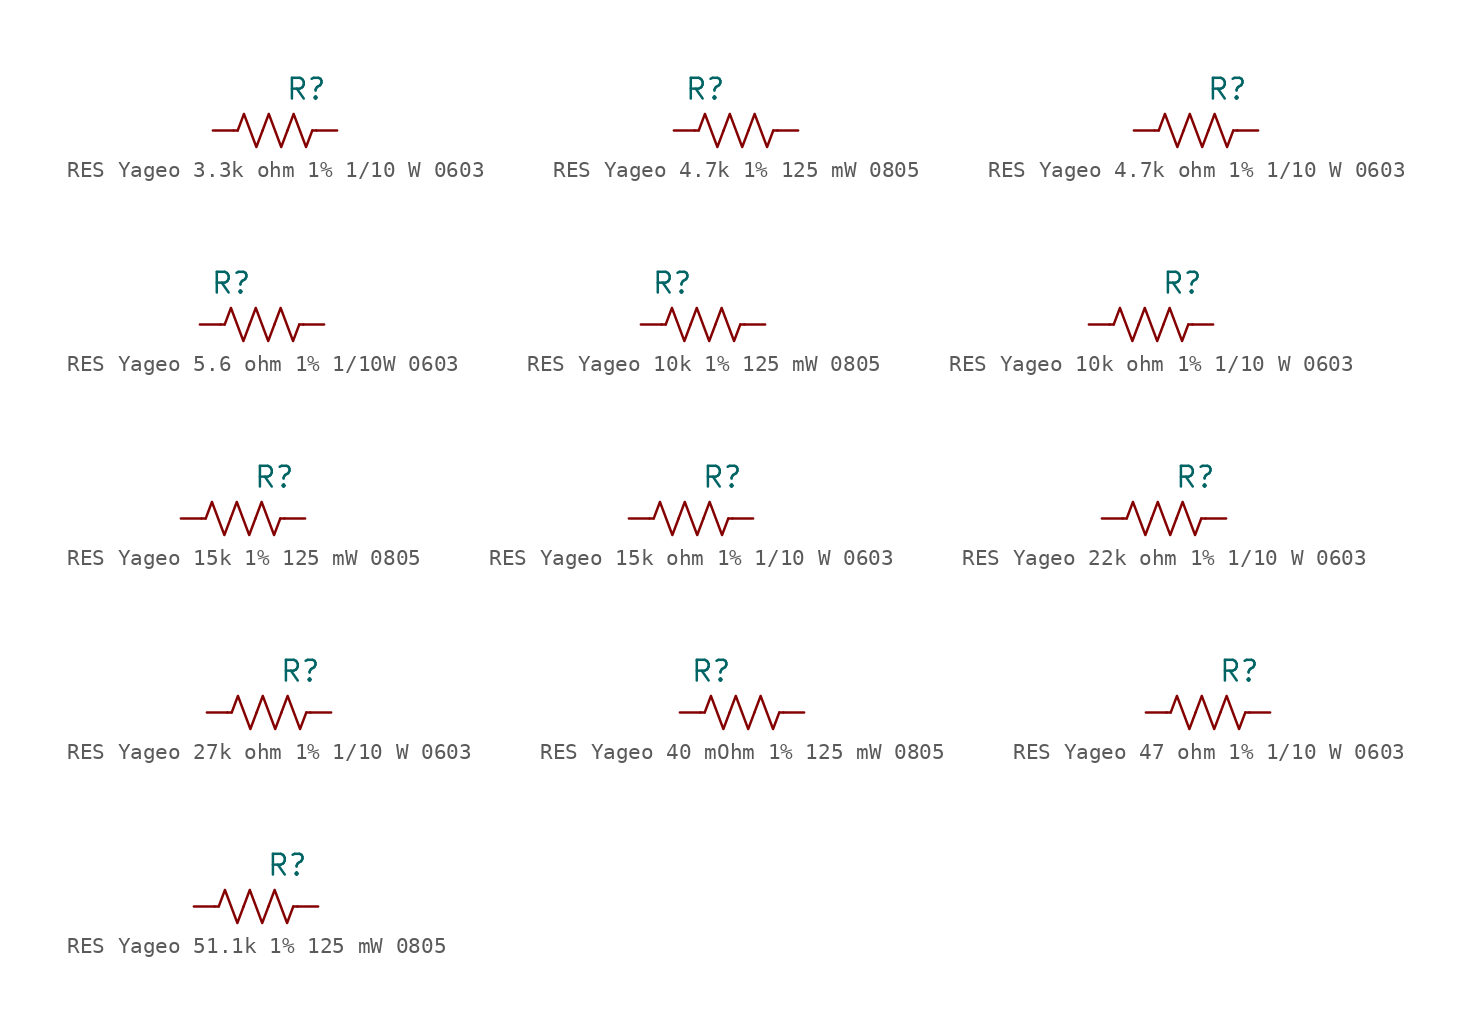
<source format=kicad_sym>
(kicad_symbol_lib
  (version 20241209)
  (generator "kicad_symbol_editor")
  (generator_version "9.0")
  (symbol "RES Yageo 3.3k ohm 1% 1/10 W 0603"
    (pin_numbers
      (hide yes))
    (pin_names
      (offset 0))
    (property "Reference" "R"
      (at 0.635 2.54 0)
      (effects (font (size 1.27 1.27)) (justify left)))
    (symbol "RES Yageo 3.3k ohm 1% 1/10 W 0603_0_1"
      (polyline (pts (xy -2.286 0) (xy -2.54 0)) (stroke (width 0) (type default)) (fill (type none)))
      (polyline (pts (xy -0.762 0) (xy -1.143 -1.016) (xy -1.524 0) (xy -1.905 1.016) (xy -2.286 0)) (stroke (width 0) (type default)) (fill (type none)))
      (polyline (pts (xy 0.762 0) (xy 0.381 -1.016) (xy 0 0) (xy -0.381 1.016) (xy -0.762 0)) (stroke (width 0) (type default)) (fill (type none)))
      (polyline (pts (xy 2.286 0) (xy 2.54 0)) (stroke (width 0) (type default)) (fill (type none)))
      (polyline (pts (xy 2.286 0) (xy 1.905 -1.016) (xy 1.524 0) (xy 1.143 1.016) (xy 0.762 0)) (stroke (width 0) (type default)) (fill (type none))))
    (symbol "RES Yageo 3.3k ohm 1% 1/10 W 0603_1_1"
      (pin passive line (at -3.81 0 0) (length 1.27) (name "~" (effects (font (size 1.27 1.27)))) (number "2" (effects (font (size 1.27 1.27)))))
      (pin passive line (at 3.81 0 180) (length 1.27) (name "~" (effects (font (size 1.27 1.27)))) (number "1" (effects (font (size 1.27 1.27)))))))
  (symbol "RES Yageo 4.7k 1% 125 mW 0805"
    (pin_numbers
      (hide yes))
    (pin_names
      (offset 0))
    (property "Reference" "R"
      (at 0.635 2.54 0)
      (effects (font (size 1.27 1.27)) (justify left)))
    (symbol "RES Yageo 4.7k 1% 125 mW 0805_0_1"
      (polyline (pts (xy 1.524 0) (xy 1.27 0)) (stroke (width 0) (type default)) (fill (type none)))
      (polyline (pts (xy 3.048 0) (xy 2.667 -1.016) (xy 2.286 0) (xy 1.905 1.016) (xy 1.524 0)) (stroke (width 0) (type default)) (fill (type none)))
      (polyline (pts (xy 4.572 0) (xy 4.191 -1.016) (xy 3.81 0) (xy 3.429 1.016) (xy 3.048 0)) (stroke (width 0) (type default)) (fill (type none)))
      (polyline (pts (xy 6.096 0) (xy 6.35 0)) (stroke (width 0) (type default)) (fill (type none)))
      (polyline (pts (xy 6.096 0) (xy 5.715 -1.016) (xy 5.334 0) (xy 4.953 1.016) (xy 4.572 0)) (stroke (width 0) (type default)) (fill (type none))))
    (symbol "RES Yageo 4.7k 1% 125 mW 0805_1_1"
      (pin passive line (at 0 0 0) (length 1.27) (name "~" (effects (font (size 1.27 1.27)))) (number "2" (effects (font (size 1.27 1.27)))))
      (pin passive line (at 7.62 0 180) (length 1.27) (name "~" (effects (font (size 1.27 1.27)))) (number "1" (effects (font (size 1.27 1.27)))))))
  (symbol "RES Yageo 4.7k ohm 1% 1/10 W 0603"
    (pin_numbers
      (hide yes))
    (pin_names
      (offset 0))
    (property "Reference" "R"
      (at 0.635 2.54 0)
      (effects (font (size 1.27 1.27)) (justify left)))
    (symbol "RES Yageo 4.7k ohm 1% 1/10 W 0603_0_1"
      (polyline (pts (xy -2.286 0) (xy -2.54 0)) (stroke (width 0) (type default)) (fill (type none)))
      (polyline (pts (xy -0.762 0) (xy -1.143 -1.016) (xy -1.524 0) (xy -1.905 1.016) (xy -2.286 0)) (stroke (width 0) (type default)) (fill (type none)))
      (polyline (pts (xy 0.762 0) (xy 0.381 -1.016) (xy 0 0) (xy -0.381 1.016) (xy -0.762 0)) (stroke (width 0) (type default)) (fill (type none)))
      (polyline (pts (xy 2.286 0) (xy 2.54 0)) (stroke (width 0) (type default)) (fill (type none)))
      (polyline (pts (xy 2.286 0) (xy 1.905 -1.016) (xy 1.524 0) (xy 1.143 1.016) (xy 0.762 0)) (stroke (width 0) (type default)) (fill (type none))))
    (symbol "RES Yageo 4.7k ohm 1% 1/10 W 0603_1_1"
      (pin passive line (at -3.81 0 0) (length 1.27) (name "~" (effects (font (size 1.27 1.27)))) (number "2" (effects (font (size 1.27 1.27)))))
      (pin passive line (at 3.81 0 180) (length 1.27) (name "~" (effects (font (size 1.27 1.27)))) (number "1" (effects (font (size 1.27 1.27)))))))
  (symbol "RES Yageo 5.6 ohm 1% 1/10W 0603"
    (pin_numbers
      (hide yes))
    (pin_names
      (offset 0))
    (property "Reference" "R"
      (at 0.635 2.54 0)
      (effects (font (size 1.27 1.27)) (justify left)))
    (symbol "RES Yageo 5.6 ohm 1% 1/10W 0603_0_1"
      (polyline (pts (xy 1.524 0) (xy 1.27 0)) (stroke (width 0) (type default)) (fill (type none)))
      (polyline (pts (xy 3.048 0) (xy 2.667 -1.016) (xy 2.286 0) (xy 1.905 1.016) (xy 1.524 0)) (stroke (width 0) (type default)) (fill (type none)))
      (polyline (pts (xy 4.572 0) (xy 4.191 -1.016) (xy 3.81 0) (xy 3.429 1.016) (xy 3.048 0)) (stroke (width 0) (type default)) (fill (type none)))
      (polyline (pts (xy 6.096 0) (xy 6.35 0)) (stroke (width 0) (type default)) (fill (type none)))
      (polyline (pts (xy 6.096 0) (xy 5.715 -1.016) (xy 5.334 0) (xy 4.953 1.016) (xy 4.572 0)) (stroke (width 0) (type default)) (fill (type none))))
    (symbol "RES Yageo 5.6 ohm 1% 1/10W 0603_1_1"
      (pin passive line (at 0 0 0) (length 1.27) (name "~" (effects (font (size 1.27 1.27)))) (number "2" (effects (font (size 1.27 1.27)))))
      (pin passive line (at 7.62 0 180) (length 1.27) (name "~" (effects (font (size 1.27 1.27)))) (number "1" (effects (font (size 1.27 1.27)))))))
  (symbol "RES Yageo 10k 1% 125 mW 0805"
    (pin_numbers
      (hide yes))
    (pin_names
      (offset 0))
    (property "Reference" "R"
      (at 0.635 2.54 0)
      (effects (font (size 1.27 1.27)) (justify left)))
    (symbol "RES Yageo 10k 1% 125 mW 0805_0_1"
      (polyline (pts (xy 1.524 0) (xy 1.27 0)) (stroke (width 0) (type default)) (fill (type none)))
      (polyline (pts (xy 3.048 0) (xy 2.667 -1.016) (xy 2.286 0) (xy 1.905 1.016) (xy 1.524 0)) (stroke (width 0) (type default)) (fill (type none)))
      (polyline (pts (xy 4.572 0) (xy 4.191 -1.016) (xy 3.81 0) (xy 3.429 1.016) (xy 3.048 0)) (stroke (width 0) (type default)) (fill (type none)))
      (polyline (pts (xy 6.096 0) (xy 6.35 0)) (stroke (width 0) (type default)) (fill (type none)))
      (polyline (pts (xy 6.096 0) (xy 5.715 -1.016) (xy 5.334 0) (xy 4.953 1.016) (xy 4.572 0)) (stroke (width 0) (type default)) (fill (type none))))
    (symbol "RES Yageo 10k 1% 125 mW 0805_1_1"
      (pin passive line (at 0 0 0) (length 1.27) (name "~" (effects (font (size 1.27 1.27)))) (number "2" (effects (font (size 1.27 1.27)))))
      (pin passive line (at 7.62 0 180) (length 1.27) (name "~" (effects (font (size 1.27 1.27)))) (number "1" (effects (font (size 1.27 1.27)))))))
  (symbol "RES Yageo 10k ohm 1% 1/10 W 0603"
    (pin_numbers
      (hide yes))
    (pin_names
      (offset 0))
    (property "Reference" "R"
      (at 0.635 2.54 0)
      (effects (font (size 1.27 1.27)) (justify left)))
    (symbol "RES Yageo 10k ohm 1% 1/10 W 0603_0_1"
      (polyline (pts (xy -2.286 0) (xy -2.54 0)) (stroke (width 0) (type default)) (fill (type none)))
      (polyline (pts (xy -0.762 0) (xy -1.143 -1.016) (xy -1.524 0) (xy -1.905 1.016) (xy -2.286 0)) (stroke (width 0) (type default)) (fill (type none)))
      (polyline (pts (xy 0.762 0) (xy 0.381 -1.016) (xy 0 0) (xy -0.381 1.016) (xy -0.762 0)) (stroke (width 0) (type default)) (fill (type none)))
      (polyline (pts (xy 2.286 0) (xy 2.54 0)) (stroke (width 0) (type default)) (fill (type none)))
      (polyline (pts (xy 2.286 0) (xy 1.905 -1.016) (xy 1.524 0) (xy 1.143 1.016) (xy 0.762 0)) (stroke (width 0) (type default)) (fill (type none))))
    (symbol "RES Yageo 10k ohm 1% 1/10 W 0603_1_1"
      (pin passive line (at -3.81 0 0) (length 1.27) (name "~" (effects (font (size 1.27 1.27)))) (number "2" (effects (font (size 1.27 1.27)))))
      (pin passive line (at 3.81 0 180) (length 1.27) (name "~" (effects (font (size 1.27 1.27)))) (number "1" (effects (font (size 1.27 1.27)))))))
  (symbol "RES Yageo 15k 1% 125 mW 0805"
    (pin_numbers
      (hide yes))
    (pin_names
      (offset 0))
    (property "Reference" "R"
      (at 0.635 2.54 0)
      (effects (font (size 1.27 1.27)) (justify left)))
    (symbol "RES Yageo 15k 1% 125 mW 0805_0_1"
      (polyline (pts (xy -2.286 0) (xy -2.54 0)) (stroke (width 0) (type default)) (fill (type none)))
      (polyline (pts (xy -0.762 0) (xy -1.143 -1.016) (xy -1.524 0) (xy -1.905 1.016) (xy -2.286 0)) (stroke (width 0) (type default)) (fill (type none)))
      (polyline (pts (xy 0.762 0) (xy 0.381 -1.016) (xy 0 0) (xy -0.381 1.016) (xy -0.762 0)) (stroke (width 0) (type default)) (fill (type none)))
      (polyline (pts (xy 2.286 0) (xy 2.54 0)) (stroke (width 0) (type default)) (fill (type none)))
      (polyline (pts (xy 2.286 0) (xy 1.905 -1.016) (xy 1.524 0) (xy 1.143 1.016) (xy 0.762 0)) (stroke (width 0) (type default)) (fill (type none))))
    (symbol "RES Yageo 15k 1% 125 mW 0805_1_1"
      (pin passive line (at -3.81 0 0) (length 1.27) (name "~" (effects (font (size 1.27 1.27)))) (number "2" (effects (font (size 1.27 1.27)))))
      (pin passive line (at 3.81 0 180) (length 1.27) (name "~" (effects (font (size 1.27 1.27)))) (number "1" (effects (font (size 1.27 1.27)))))))
  (symbol "RES Yageo 15k ohm 1% 1/10 W 0603"
    (pin_numbers
      (hide yes))
    (pin_names
      (offset 0))
    (property "Reference" "R"
      (at 0.635 2.54 0)
      (effects (font (size 1.27 1.27)) (justify left)))
    (symbol "RES Yageo 15k ohm 1% 1/10 W 0603_0_1"
      (polyline (pts (xy -2.286 0) (xy -2.54 0)) (stroke (width 0) (type default)) (fill (type none)))
      (polyline (pts (xy -0.762 0) (xy -1.143 -1.016) (xy -1.524 0) (xy -1.905 1.016) (xy -2.286 0)) (stroke (width 0) (type default)) (fill (type none)))
      (polyline (pts (xy 0.762 0) (xy 0.381 -1.016) (xy 0 0) (xy -0.381 1.016) (xy -0.762 0)) (stroke (width 0) (type default)) (fill (type none)))
      (polyline (pts (xy 2.286 0) (xy 2.54 0)) (stroke (width 0) (type default)) (fill (type none)))
      (polyline (pts (xy 2.286 0) (xy 1.905 -1.016) (xy 1.524 0) (xy 1.143 1.016) (xy 0.762 0)) (stroke (width 0) (type default)) (fill (type none))))
    (symbol "RES Yageo 15k ohm 1% 1/10 W 0603_1_1"
      (pin passive line (at -3.81 0 0) (length 1.27) (name "~" (effects (font (size 1.27 1.27)))) (number "2" (effects (font (size 1.27 1.27)))))
      (pin passive line (at 3.81 0 180) (length 1.27) (name "~" (effects (font (size 1.27 1.27)))) (number "1" (effects (font (size 1.27 1.27)))))))
  (symbol "RES Yageo 22k ohm 1% 1/10 W 0603"
    (pin_numbers
      (hide yes))
    (pin_names
      (offset 0))
    (property "Reference" "R"
      (at 0.635 2.54 0)
      (effects (font (size 1.27 1.27)) (justify left)))
    (symbol "RES Yageo 22k ohm 1% 1/10 W 0603_0_1"
      (polyline (pts (xy -2.286 0) (xy -2.54 0)) (stroke (width 0) (type default)) (fill (type none)))
      (polyline (pts (xy -0.762 0) (xy -1.143 -1.016) (xy -1.524 0) (xy -1.905 1.016) (xy -2.286 0)) (stroke (width 0) (type default)) (fill (type none)))
      (polyline (pts (xy 0.762 0) (xy 0.381 -1.016) (xy 0 0) (xy -0.381 1.016) (xy -0.762 0)) (stroke (width 0) (type default)) (fill (type none)))
      (polyline (pts (xy 2.286 0) (xy 2.54 0)) (stroke (width 0) (type default)) (fill (type none)))
      (polyline (pts (xy 2.286 0) (xy 1.905 -1.016) (xy 1.524 0) (xy 1.143 1.016) (xy 0.762 0)) (stroke (width 0) (type default)) (fill (type none))))
    (symbol "RES Yageo 22k ohm 1% 1/10 W 0603_1_1"
      (pin passive line (at -3.81 0 0) (length 1.27) (name "~" (effects (font (size 1.27 1.27)))) (number "2" (effects (font (size 1.27 1.27)))))
      (pin passive line (at 3.81 0 180) (length 1.27) (name "~" (effects (font (size 1.27 1.27)))) (number "1" (effects (font (size 1.27 1.27)))))))
  (symbol "RES Yageo 27k ohm 1% 1/10 W 0603"
    (pin_numbers
      (hide yes))
    (pin_names
      (offset 0))
    (property "Reference" "R"
      (at 0.635 2.54 0)
      (effects (font (size 1.27 1.27)) (justify left)))
    (symbol "RES Yageo 27k ohm 1% 1/10 W 0603_0_1"
      (polyline (pts (xy -2.286 0) (xy -2.54 0)) (stroke (width 0) (type default)) (fill (type none)))
      (polyline (pts (xy -0.762 0) (xy -1.143 -1.016) (xy -1.524 0) (xy -1.905 1.016) (xy -2.286 0)) (stroke (width 0) (type default)) (fill (type none)))
      (polyline (pts (xy 0.762 0) (xy 0.381 -1.016) (xy 0 0) (xy -0.381 1.016) (xy -0.762 0)) (stroke (width 0) (type default)) (fill (type none)))
      (polyline (pts (xy 2.286 0) (xy 2.54 0)) (stroke (width 0) (type default)) (fill (type none)))
      (polyline (pts (xy 2.286 0) (xy 1.905 -1.016) (xy 1.524 0) (xy 1.143 1.016) (xy 0.762 0)) (stroke (width 0) (type default)) (fill (type none))))
    (symbol "RES Yageo 27k ohm 1% 1/10 W 0603_1_1"
      (pin passive line (at -3.81 0 0) (length 1.27) (name "~" (effects (font (size 1.27 1.27)))) (number "2" (effects (font (size 1.27 1.27)))))
      (pin passive line (at 3.81 0 180) (length 1.27) (name "~" (effects (font (size 1.27 1.27)))) (number "1" (effects (font (size 1.27 1.27)))))))
  (symbol "RES Yageo 40 mOhm 1% 125 mW 0805"
    (pin_numbers
      (hide yes))
    (pin_names
      (offset 0))
    (property "Reference" "R"
      (at 0.635 2.54 0)
      (effects (font (size 1.27 1.27)) (justify left)))
    (symbol "RES Yageo 40 mOhm 1% 125 mW 0805_0_1"
      (polyline (pts (xy 1.524 0) (xy 1.27 0)) (stroke (width 0) (type default)) (fill (type none)))
      (polyline (pts (xy 3.048 0) (xy 2.667 -1.016) (xy 2.286 0) (xy 1.905 1.016) (xy 1.524 0)) (stroke (width 0) (type default)) (fill (type none)))
      (polyline (pts (xy 4.572 0) (xy 4.191 -1.016) (xy 3.81 0) (xy 3.429 1.016) (xy 3.048 0)) (stroke (width 0) (type default)) (fill (type none)))
      (polyline (pts (xy 6.096 0) (xy 6.35 0)) (stroke (width 0) (type default)) (fill (type none)))
      (polyline (pts (xy 6.096 0) (xy 5.715 -1.016) (xy 5.334 0) (xy 4.953 1.016) (xy 4.572 0)) (stroke (width 0) (type default)) (fill (type none))))
    (symbol "RES Yageo 40 mOhm 1% 125 mW 0805_1_1"
      (pin passive line (at 0 0 0) (length 1.27) (name "~" (effects (font (size 1.27 1.27)))) (number "2" (effects (font (size 1.27 1.27)))))
      (pin passive line (at 7.62 0 180) (length 1.27) (name "~" (effects (font (size 1.27 1.27)))) (number "1" (effects (font (size 1.27 1.27)))))))
  (symbol "RES Yageo 47 ohm 1% 1/10 W 0603"
    (pin_numbers
      (hide yes))
    (pin_names
      (offset 0))
    (property "Reference" "R"
      (at 0.635 2.54 0)
      (effects (font (size 1.27 1.27)) (justify left)))
    (symbol "RES Yageo 47 ohm 1% 1/10 W 0603_0_1"
      (polyline (pts (xy -2.286 0) (xy -2.54 0)) (stroke (width 0) (type default)) (fill (type none)))
      (polyline (pts (xy -0.762 0) (xy -1.143 -1.016) (xy -1.524 0) (xy -1.905 1.016) (xy -2.286 0)) (stroke (width 0) (type default)) (fill (type none)))
      (polyline (pts (xy 0.762 0) (xy 0.381 -1.016) (xy 0 0) (xy -0.381 1.016) (xy -0.762 0)) (stroke (width 0) (type default)) (fill (type none)))
      (polyline (pts (xy 2.286 0) (xy 2.54 0)) (stroke (width 0) (type default)) (fill (type none)))
      (polyline (pts (xy 2.286 0) (xy 1.905 -1.016) (xy 1.524 0) (xy 1.143 1.016) (xy 0.762 0)) (stroke (width 0) (type default)) (fill (type none))))
    (symbol "RES Yageo 47 ohm 1% 1/10 W 0603_1_1"
      (pin passive line (at -3.81 0 0) (length 1.27) (name "~" (effects (font (size 1.27 1.27)))) (number "2" (effects (font (size 1.27 1.27)))))
      (pin passive line (at 3.81 0 180) (length 1.27) (name "~" (effects (font (size 1.27 1.27)))) (number "1" (effects (font (size 1.27 1.27)))))))
  (symbol "RES Yageo 51.1k 1% 125 mW 0805"
    (pin_numbers
      (hide yes))
    (pin_names
      (offset 0))
    (property "Reference" "R"
      (at 0.635 2.54 0)
      (effects (font (size 1.27 1.27)) (justify left)))
    (symbol "RES Yageo 51.1k 1% 125 mW 0805_0_1"
      (polyline (pts (xy -2.286 0) (xy -2.54 0)) (stroke (width 0) (type default)) (fill (type none)))
      (polyline (pts (xy -0.762 0) (xy -1.143 -1.016) (xy -1.524 0) (xy -1.905 1.016) (xy -2.286 0)) (stroke (width 0) (type default)) (fill (type none)))
      (polyline (pts (xy 0.762 0) (xy 0.381 -1.016) (xy 0 0) (xy -0.381 1.016) (xy -0.762 0)) (stroke (width 0) (type default)) (fill (type none)))
      (polyline (pts (xy 2.286 0) (xy 2.54 0)) (stroke (width 0) (type default)) (fill (type none)))
      (polyline (pts (xy 2.286 0) (xy 1.905 -1.016) (xy 1.524 0) (xy 1.143 1.016) (xy 0.762 0)) (stroke (width 0) (type default)) (fill (type none))))
    (symbol "RES Yageo 51.1k 1% 125 mW 0805_1_1"
      (pin passive line (at -3.81 0 0) (length 1.27) (name "~" (effects (font (size 1.27 1.27)))) (number "2" (effects (font (size 1.27 1.27)))))
      (pin passive line (at 3.81 0 180) (length 1.27) (name "~" (effects (font (size 1.27 1.27)))) (number "1" (effects (font (size 1.27 1.27))))))))
</source>
